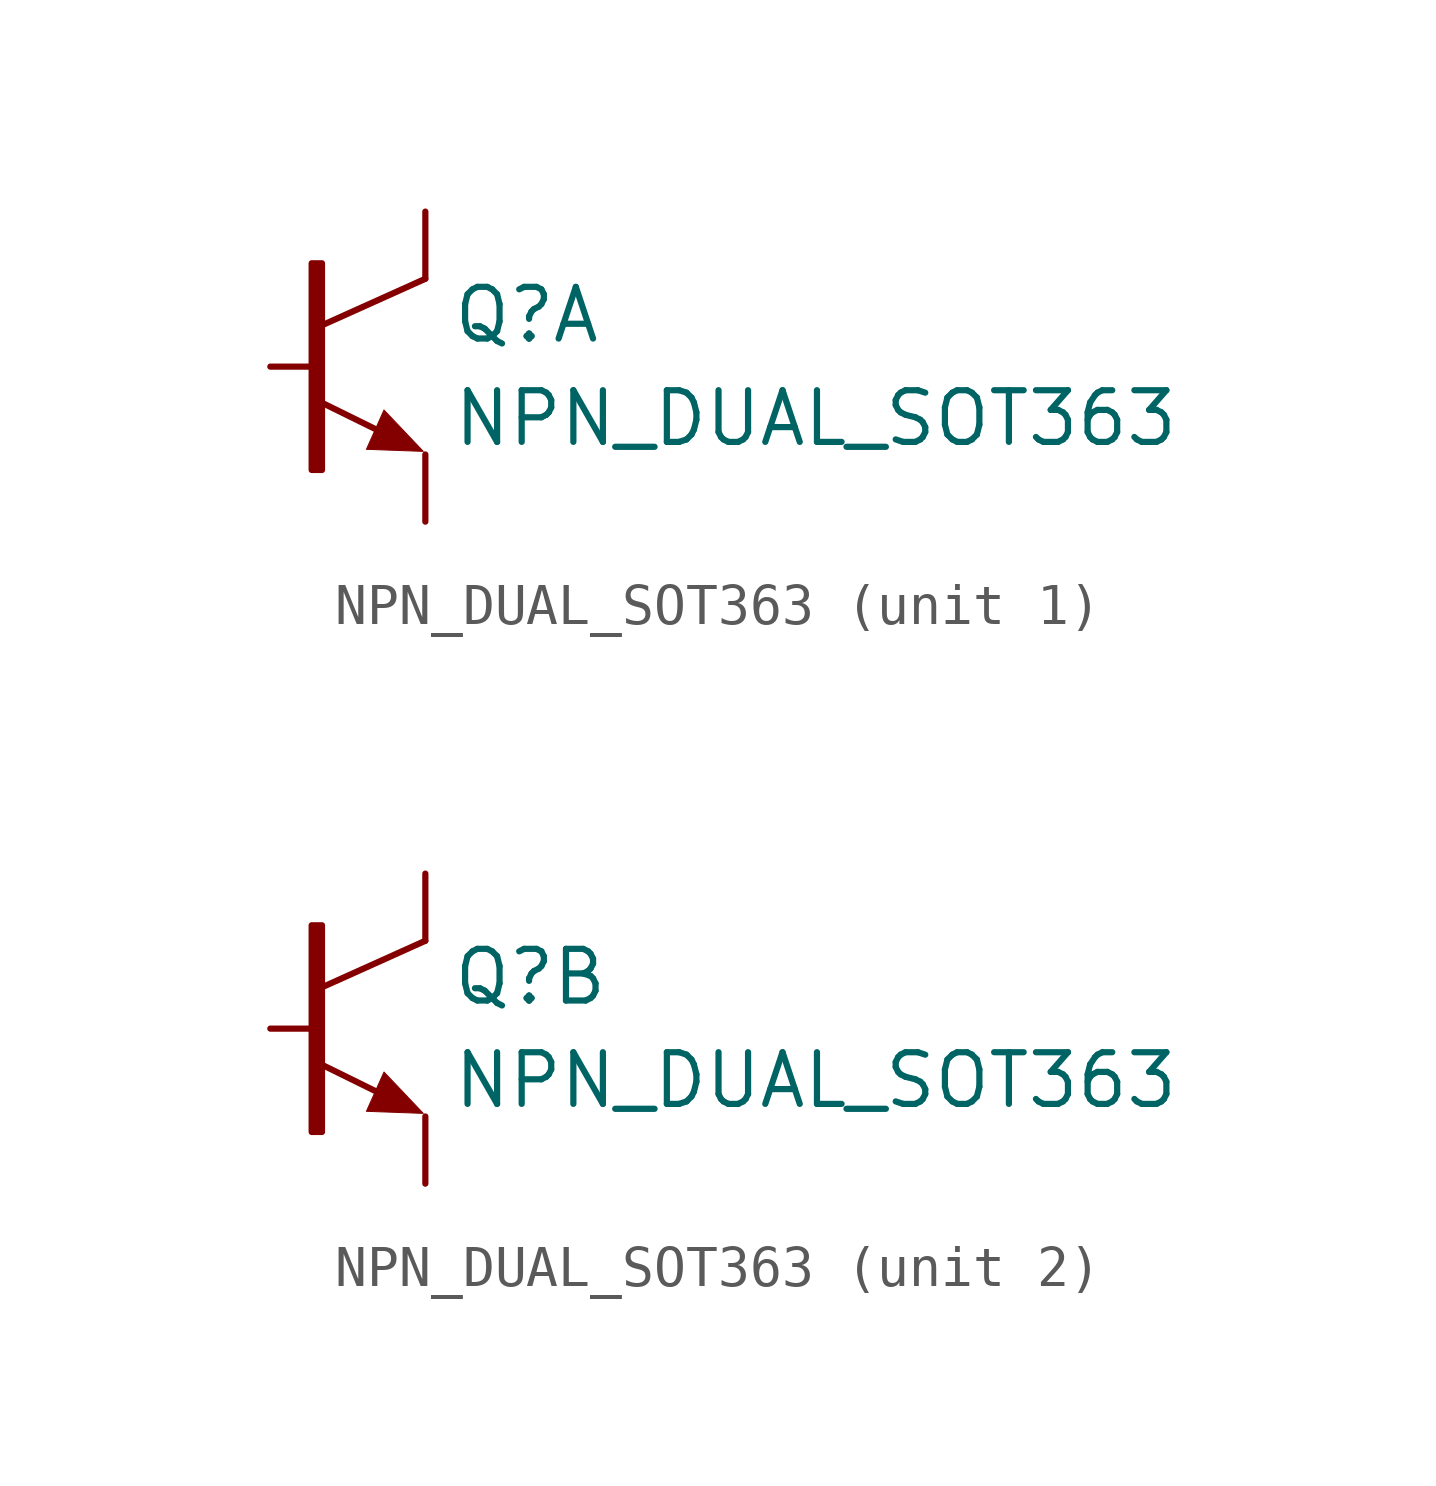
<source format=kicad_sym>
(kicad_symbol_lib
  (version 20211014)
  (generator kicad_symbol_editor)
  (symbol "NPN_DUAL_SOT363"
    (pin_numbers hide)
    (pin_names
      (offset 1.016))
    (property "Reference" "Q"
      (at 0.635 1.27 0)
      (effects (font (size 1.27 1.27)) (justify left)))
    (property "Value" "NPN_DUAL_SOT363"
      (at 0.635 -1.27 0)
      (effects (font (size 1.27 1.27)) (justify left)))
    (symbol "NPN_DUAL_SOT363_0_1"
      (rectangle (start -2.794 -2.54) (end -2.54 2.54) (stroke (width 0) (type default) (color 0 0 0 0)) (fill (type outline)))
      (polyline (pts (xy -2.54 -0.889) (xy -0.838 -1.727)) (stroke (width 0) (type default) (color 0 0 0 0)) (fill (type none)))
      (polyline (pts (xy 0 2.159) (xy -2.54 1.016)) (stroke (width 0) (type default) (color 0 0 0 0)) (fill (type none)))
      (polyline (pts (xy -0.051 -2.083) (xy -1.448 -2.032) (xy -1.016 -1.067) (xy -0.051 -2.083)) (stroke (width 0.025) (type default) (color 0 0 0 0)) (fill (type outline))))
    (symbol "NPN_DUAL_SOT363_1_1"
      (pin input line (at 0 -3.81 90) (length 1.651) (name "~" (effects (font (size 1.27 1.27)))) (number "1" (effects (font (size 0.762 0.762)))))
      (pin input line (at -3.81 0 0) (length 1.016) (name "~" (effects (font (size 1.27 1.27)))) (number "2" (effects (font (size 0.762 0.762)))))
      (pin input line (at 0 3.81 270) (length 1.651) (name "~" (effects (font (size 1.27 1.27)))) (number "6" (effects (font (size 0.762 0.762))))))
    (symbol "NPN_DUAL_SOT363_2_1"
      (pin input line (at 0 3.81 270) (length 1.651) (name "~" (effects (font (size 1.27 1.27)))) (number "3" (effects (font (size 0.762 0.762)))))
      (pin input line (at 0 -3.81 90) (length 1.651) (name "~" (effects (font (size 1.27 1.27)))) (number "4" (effects (font (size 0.762 0.762)))))
      (pin input line (at -3.81 0 0) (length 1.016) (name "~" (effects (font (size 1.27 1.27)))) (number "5" (effects (font (size 0.762 0.762))))))))
</source>
